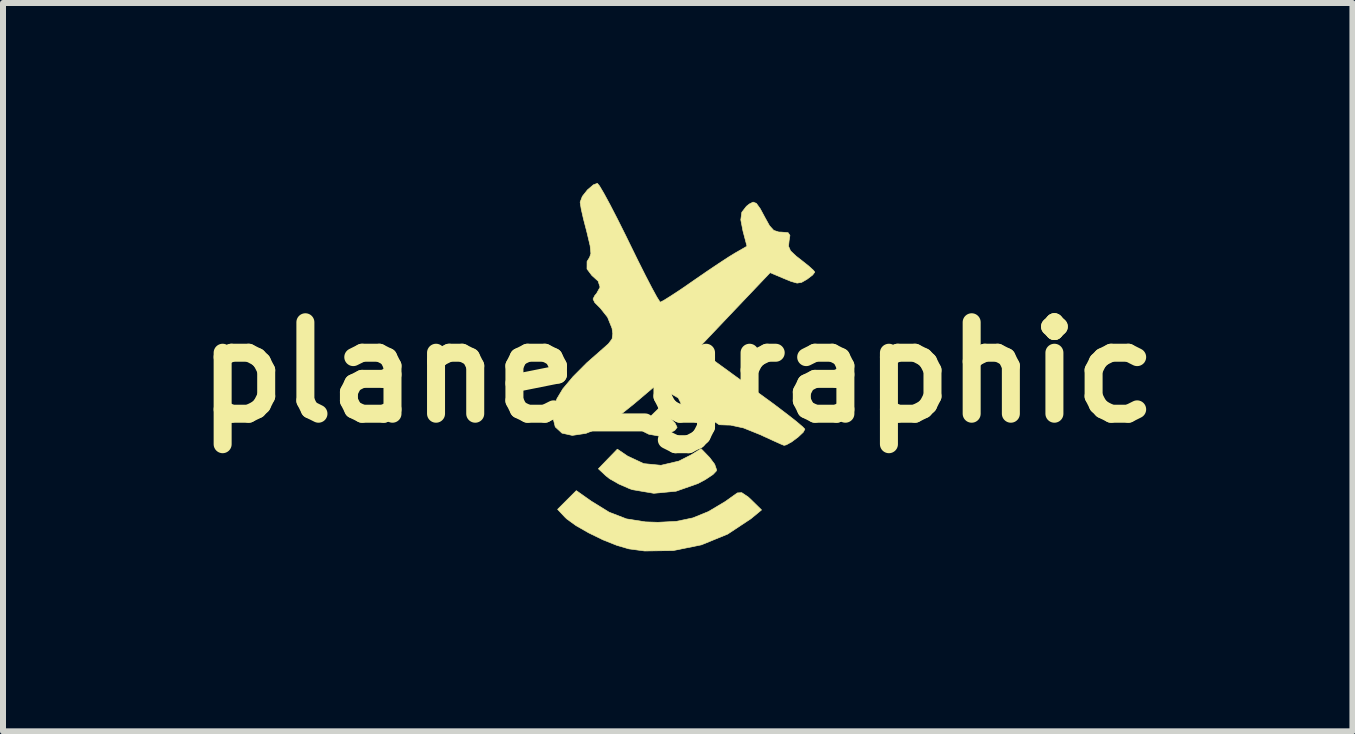
<source format=kicad_pcb>
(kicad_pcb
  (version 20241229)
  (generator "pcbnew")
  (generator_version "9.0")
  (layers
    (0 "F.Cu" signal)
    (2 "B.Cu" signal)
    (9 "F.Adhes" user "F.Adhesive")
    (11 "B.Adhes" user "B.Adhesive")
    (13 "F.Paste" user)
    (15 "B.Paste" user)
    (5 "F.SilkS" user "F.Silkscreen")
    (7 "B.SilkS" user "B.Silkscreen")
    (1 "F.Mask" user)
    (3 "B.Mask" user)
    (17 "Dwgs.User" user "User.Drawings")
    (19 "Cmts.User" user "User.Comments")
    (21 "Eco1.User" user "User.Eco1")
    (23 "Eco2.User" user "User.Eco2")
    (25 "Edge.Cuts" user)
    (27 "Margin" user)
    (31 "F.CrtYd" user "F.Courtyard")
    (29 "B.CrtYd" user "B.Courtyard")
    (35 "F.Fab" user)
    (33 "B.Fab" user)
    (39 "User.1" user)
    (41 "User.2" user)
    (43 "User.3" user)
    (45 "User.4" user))
  (footprint "plane_graphic"
    (layer "F.Cu")
    (at 8.244 3.155)
    (property "Reference" "plane_graphic" (at 0 0 0) (layer "F.SilkS") (effects (font (size 1.524 1.524) (thickness 0.3))))
    (attr through_hole)
    (fp_poly (pts (xy -0.153 0.736) (xy -0.044 0.848) (xy -0.01 0.917) (xy -0.049 0.967) (xy -0.129 1.008) (xy -0.315 1.061) (xy -0.483 1.031) (xy -0.547 0.999) (xy -0.662 0.936) (xy -0.483 0.763) (xy -0.305 0.59) (xy -0.153 0.736)) (stroke (width 0.01) (type solid)) (fill yes) (layer "F.SilkS"))
    (fp_poly (pts (xy 0.532 1.42) (xy 0.616 1.532) (xy 0.648 1.625) (xy 0.645 1.642) (xy 0.587 1.703) (xy 0.465 1.784) (xy 0.337 1.853) (xy -0.028 1.981) (xy -0.398 2.016) (xy -0.755 1.955) (xy -0.802 1.939) (xy -0.979 1.862) (xy -1.135 1.773) (xy -1.196 1.725) (xy -1.322 1.607) (xy -1.164 1.443) (xy -1.006 1.28) (xy -0.836 1.395) (xy -0.567 1.521) (xy -0.279 1.549) (xy 0.019 1.479) (xy 0.222 1.376) (xy 0.389 1.272) (xy 0.532 1.42)) (stroke (width 0.01) (type solid)) (fill yes) (layer "F.SilkS"))
    (fp_poly (pts (xy -1.442 2.146) (xy -1.142 2.331) (xy -0.854 2.442) (xy -0.538 2.492) (xy -0.33 2.499) (xy -0.021 2.483) (xy 0.251 2.426) (xy 0.512 2.32) (xy 0.792 2.153) (xy 0.994 2.009) (xy 1.067 2.005) (xy 1.177 2.079) (xy 1.228 2.127) (xy 1.397 2.293) (xy 1.219 2.44) (xy 0.832 2.696) (xy 0.394 2.875) (xy -0.074 2.97) (xy -0.552 2.977) (xy -0.813 2.942) (xy -1.01 2.885) (xy -1.244 2.792) (xy -1.482 2.676) (xy -1.694 2.555) (xy -1.849 2.443) (xy -1.878 2.415) (xy -2.002 2.283) (xy -1.69 1.971) (xy -1.442 2.146)) (stroke (width 0.01) (type solid)) (fill yes) (layer "F.SilkS"))
    (fp_poly (pts (xy -1.303 -3.106) (xy -1.231 -2.984) (xy -1.129 -2.796) (xy -1.005 -2.556) (xy -0.866 -2.278) (xy -0.809 -2.161) (xy -0.667 -1.871) (xy -0.538 -1.614) (xy -0.429 -1.404) (xy -0.347 -1.254) (xy -0.298 -1.177) (xy -0.29 -1.17) (xy -0.236 -1.197) (xy -0.116 -1.272) (xy 0.052 -1.382) (xy 0.249 -1.518) (xy 0.253 -1.521) (xy 0.472 -1.672) (xy 0.68 -1.812) (xy 0.853 -1.925) (xy 0.956 -1.988) (xy 1.154 -2.102) (xy 1.087 -2.356) (xy 1.051 -2.542) (xy 1.068 -2.668) (xy 1.145 -2.767) (xy 1.194 -2.806) (xy 1.256 -2.837) (xy 1.311 -2.816) (xy 1.375 -2.727) (xy 1.448 -2.591) (xy 1.53 -2.443) (xy 1.6 -2.366) (xy 1.682 -2.339) (xy 1.732 -2.337) (xy 1.839 -2.328) (xy 1.87 -2.282) (xy 1.856 -2.192) (xy 1.847 -2.101) (xy 1.88 -2.025) (xy 1.972 -1.938) (xy 2.053 -1.875) (xy 2.179 -1.775) (xy 2.263 -1.699) (xy 2.284 -1.67) (xy 2.248 -1.622) (xy 2.156 -1.552) (xy 2.151 -1.549) (xy 2.064 -1.499) (xy 1.989 -1.487) (xy 1.887 -1.516) (xy 1.777 -1.561) (xy 1.54 -1.661) (xy 0.938 -1.028) (xy 0.336 -0.394) (xy 0.481 -0.286) (xy 0.569 -0.221) (xy 0.723 -0.109) (xy 0.926 0.039) (xy 1.161 0.209) (xy 1.363 0.356) (xy 1.602 0.53) (xy 1.81 0.688) (xy 1.975 0.817) (xy 2.082 0.908) (xy 2.119 0.947) (xy 2.091 0.999) (xy 2.008 1.077) (xy 1.903 1.156) (xy 1.81 1.208) (xy 1.772 1.217) (xy 1.72 1.196) (xy 1.6 1.142) (xy 1.434 1.066) (xy 1.381 1.041) (xy 1.095 0.926) (xy 0.878 0.879) (xy 0.825 0.878) (xy 0.691 0.873) (xy 0.614 0.822) (xy 0.571 0.749) (xy 0.489 0.636) (xy 0.392 0.618) (xy 0.308 0.658) (xy 0.2 0.675) (xy 0.101 0.622) (xy 0.051 0.523) (xy 0.051 0.51) (xy 0.009 0.427) (xy -0.123 0.35) (xy -0.173 0.329) (xy -0.397 0.244) (xy -0.731 0.527) (xy -0.912 0.672) (xy -1.091 0.803) (xy -1.235 0.896) (xy -1.258 0.908) (xy -1.53 1.017) (xy -1.757 1.051) (xy -1.929 1.013) (xy -2.041 0.909) (xy -2.082 0.745) (xy -2.045 0.526) (xy -2.012 0.437) (xy -1.914 0.274) (xy -1.744 0.071) (xy -1.517 -0.157) (xy -1.279 -0.366) (xy -1.155 -0.476) (xy -1.094 -0.557) (xy -1.082 -0.643) (xy -1.095 -0.735) (xy -1.169 -0.918) (xy -1.287 -1.067) (xy -1.382 -1.162) (xy -1.411 -1.222) (xy -1.382 -1.28) (xy -1.352 -1.315) (xy -1.294 -1.42) (xy -1.327 -1.521) (xy -1.432 -1.616) (xy -1.512 -1.723) (xy -1.511 -1.848) (xy -1.469 -1.915) (xy -1.447 -1.98) (xy -1.46 -2.11) (xy -1.509 -2.317) (xy -1.519 -2.357) (xy -1.57 -2.553) (xy -1.608 -2.72) (xy -1.625 -2.826) (xy -1.626 -2.837) (xy -1.59 -2.932) (xy -1.505 -3.04) (xy -1.406 -3.125) (xy -1.339 -3.15) (xy -1.303 -3.106)) (stroke (width 0.01) (type solid)) (fill yes) (layer "F.SilkS")))
  (gr_rect
    (start -3 -3)
    (end 19.488 9.137)
    (stroke (width 0.1) (type default))
    (fill no)
    (layer "Edge.Cuts")))
</source>
